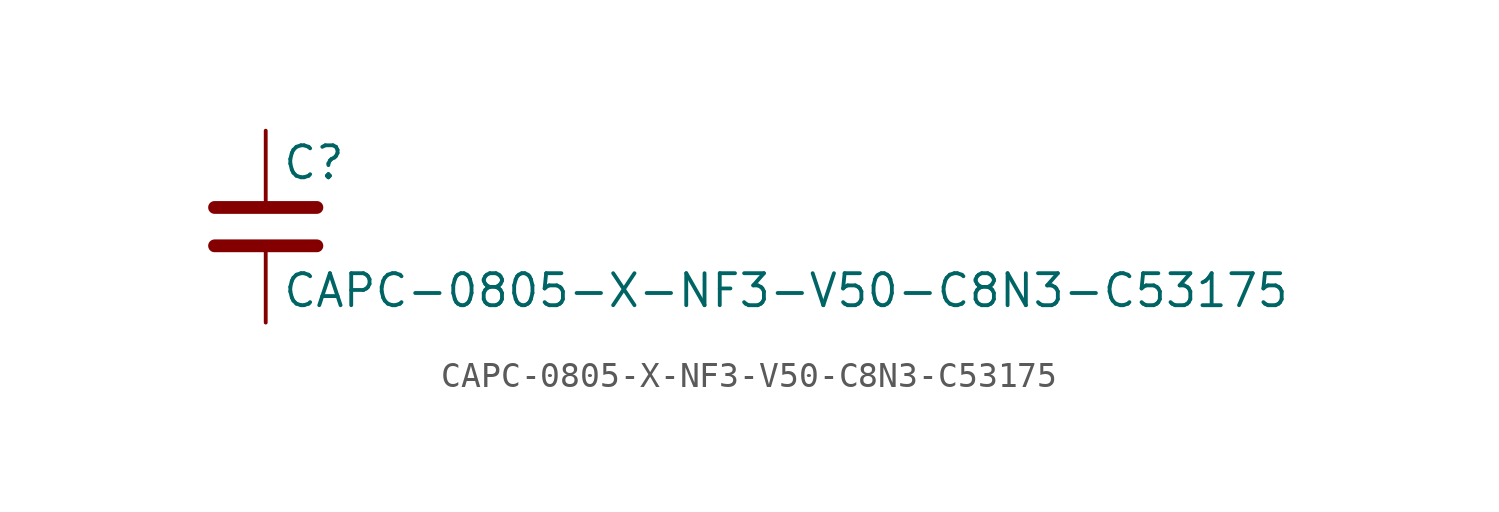
<source format=kicad_sym>
(kicad_symbol_lib
  (version 20211014)
  (generator kicad_symbol_editor)
  (symbol "CAPC-0805-X-NF3-V50-C8N3-C53175"
    (pin_numbers hide)
    (pin_names
      (offset 0.254))
    (property "Reference" "C"
      (at 0.635 2.54 0)
      (effects (font (size 1.27 1.27)) (justify left)))
    (property "Value" "CAPC-0805-X-NF3-V50-C8N3-C53175"
      (at 0.635 -2.54 0)
      (effects (font (size 1.27 1.27)) (justify left)))
    (symbol "CAPC-0805-X-NF3-V50-C8N3-C53175_0_1"
      (polyline (pts (xy -2.032 -0.762) (xy 2.032 -0.762)) (stroke (width 0.508) (type default) (color 0 0 0 0)) (fill (type none)))
      (polyline (pts (xy -2.032 0.762) (xy 2.032 0.762)) (stroke (width 0.508) (type default) (color 0 0 0 0)) (fill (type none))))
    (symbol "CAPC-0805-X-NF3-V50-C8N3-C53175_1_1"
      (pin passive line (at 0 3.81 270) (length 2.794) (name "~" (effects (font (size 1.27 1.27)))) (number "1" (effects (font (size 1.27 1.27)))))
      (pin passive line (at 0 -3.81 90) (length 2.794) (name "~" (effects (font (size 1.27 1.27)))) (number "2" (effects (font (size 1.27 1.27))))))))
</source>
